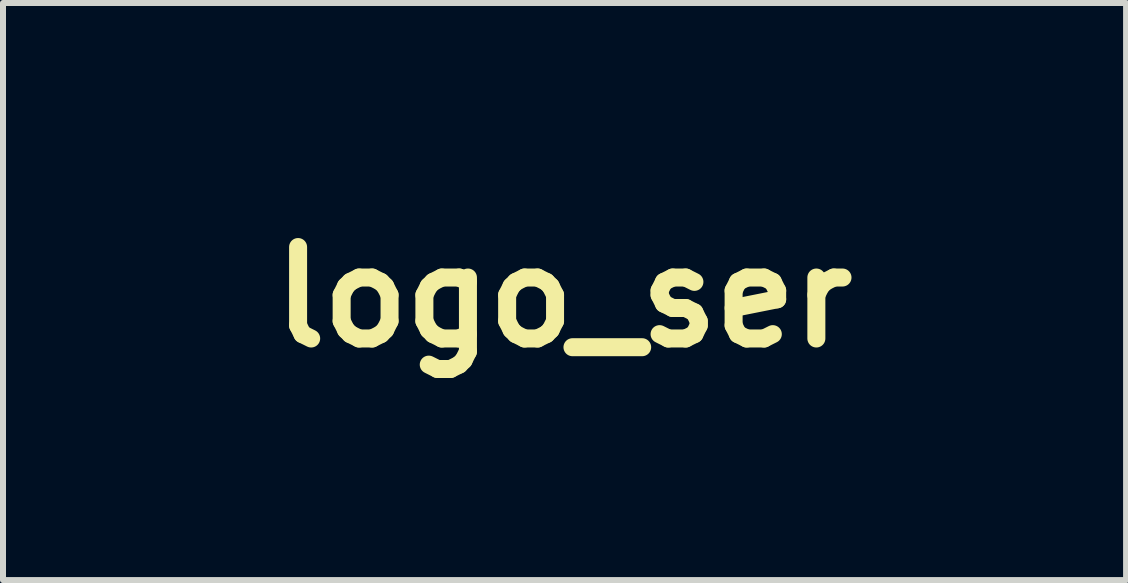
<source format=kicad_pcb>
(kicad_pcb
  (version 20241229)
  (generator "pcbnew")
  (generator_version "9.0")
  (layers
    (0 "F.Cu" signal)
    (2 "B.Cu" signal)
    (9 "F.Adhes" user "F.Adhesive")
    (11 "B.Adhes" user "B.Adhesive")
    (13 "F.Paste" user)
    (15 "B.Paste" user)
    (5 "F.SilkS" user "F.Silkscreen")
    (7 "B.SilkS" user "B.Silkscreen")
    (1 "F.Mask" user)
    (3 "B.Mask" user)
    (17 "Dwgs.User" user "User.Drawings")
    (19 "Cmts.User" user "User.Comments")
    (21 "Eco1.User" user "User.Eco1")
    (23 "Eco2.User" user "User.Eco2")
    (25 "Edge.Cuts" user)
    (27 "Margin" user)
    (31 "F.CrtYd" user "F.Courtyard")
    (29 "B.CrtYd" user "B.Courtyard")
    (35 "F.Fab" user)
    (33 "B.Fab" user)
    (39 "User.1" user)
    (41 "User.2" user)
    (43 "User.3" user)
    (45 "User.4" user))
  (footprint "logo_ser"
    (layer "F.Cu")
    (at 6.344 1.901)
    (property "Reference" "logo_ser" (at 0 0 0) (layer "F.SilkS") (effects (font (size 1.524 1.524) (thickness 0.3))))
    (attr through_hole)
    (fp_poly (pts (xy 2.048 1.422) (xy 1.879 1.422) (xy 1.879 0.939) (xy 2.048 0.939) (xy 2.048 1.422)) (stroke (width 0.01) (type solid)) (fill yes) (layer "F.Mask"))
    (fp_poly (pts (xy -1.523 -1.236) (xy -1.718 -1.236) (xy -1.718 -1.481) (xy -2.395 -1.481) (xy -2.395 -1.667) (xy -1.718 -1.667) (xy -1.718 -1.896) (xy -1.523 -1.896) (xy -1.523 -1.236)) (stroke (width 0.01) (type solid)) (fill yes) (layer "F.Mask"))
    (fp_poly (pts (xy 5.992 1.287) (xy 6.28 1.287) (xy 6.28 1.43) (xy 5.992 1.43) (xy 5.992 1.71) (xy 5.857 1.71) (xy 5.857 1.43) (xy 5.578 1.43) (xy 5.578 1.287) (xy 5.857 1.287) (xy 5.857 1.007) (xy 5.992 1.007) (xy 5.992 1.287)) (stroke (width 0.01) (type solid)) (fill yes) (layer "F.Mask"))
    (fp_poly (pts (xy 2.082 0.132) (xy 2.167 0.148) (xy 2.238 0.175) (xy 2.297 0.214) (xy 2.328 0.243) (xy 2.353 0.275) (xy 2.374 0.307) (xy 2.39 0.343) (xy 2.402 0.384) (xy 2.41 0.432) (xy 2.416 0.49) (xy 2.419 0.56) (xy 2.42 0.644) (xy 2.421 0.662) (xy 2.421 0.855) (xy 2.227 0.855) (xy 2.224 0.64) (xy 2.222 0.426) (xy 2.199 0.392) (xy 2.175 0.363) (xy 2.146 0.342) (xy 2.11 0.328) (xy 2.062 0.32) (xy 2.002 0.318) (xy 1.997 0.318) (xy 1.932 0.319) (xy 1.881 0.325) (xy 1.841 0.336) (xy 1.81 0.352) (xy 1.791 0.368) (xy 1.777 0.384) (xy 1.766 0.4) (xy 1.758 0.42) (xy 1.752 0.446) (xy 1.748 0.48) (xy 1.745 0.524) (xy 1.744 0.58) (xy 1.744 0.65) (xy 1.744 0.659) (xy 1.744 0.855) (xy 1.549 0.855) (xy 1.549 0.675) (xy 1.55 0.596) (xy 1.551 0.531) (xy 1.554 0.478) (xy 1.559 0.434) (xy 1.566 0.398) (xy 1.575 0.365) (xy 1.587 0.335) (xy 1.596 0.316) (xy 1.632 0.257) (xy 1.679 0.209) (xy 1.736 0.172) (xy 1.805 0.147) (xy 1.887 0.132) (xy 1.981 0.126) (xy 1.985 0.126) (xy 2.082 0.132)) (stroke (width 0.01) (type solid)) (fill yes) (layer "F.Mask"))
    (fp_poly (pts (xy 6.026 0.132) (xy 6.111 0.148) (xy 6.182 0.175) (xy 6.241 0.214) (xy 6.272 0.243) (xy 6.297 0.275) (xy 6.318 0.307) (xy 6.334 0.343) (xy 6.346 0.384) (xy 6.355 0.432) (xy 6.36 0.49) (xy 6.363 0.56) (xy 6.365 0.644) (xy 6.365 0.662) (xy 6.365 0.855) (xy 6.171 0.855) (xy 6.168 0.64) (xy 6.166 0.426) (xy 6.143 0.392) (xy 6.119 0.363) (xy 6.091 0.342) (xy 6.054 0.328) (xy 6.007 0.32) (xy 5.946 0.318) (xy 5.942 0.318) (xy 5.876 0.319) (xy 5.825 0.325) (xy 5.785 0.336) (xy 5.754 0.352) (xy 5.735 0.368) (xy 5.721 0.384) (xy 5.71 0.4) (xy 5.702 0.42) (xy 5.696 0.446) (xy 5.692 0.48) (xy 5.689 0.524) (xy 5.688 0.58) (xy 5.688 0.65) (xy 5.688 0.659) (xy 5.688 0.855) (xy 5.493 0.855) (xy 5.493 0.675) (xy 5.494 0.596) (xy 5.495 0.531) (xy 5.498 0.478) (xy 5.503 0.434) (xy 5.51 0.398) (xy 5.519 0.365) (xy 5.531 0.335) (xy 5.54 0.316) (xy 5.576 0.257) (xy 5.623 0.209) (xy 5.681 0.172) (xy 5.75 0.147) (xy 5.831 0.132) (xy 5.925 0.126) (xy 5.929 0.126) (xy 6.026 0.132)) (stroke (width 0.01) (type solid)) (fill yes) (layer "F.Mask"))
    (fp_poly (pts (xy -6.128 -1.844) (xy -6.063 -1.843) (xy -6.012 -1.842) (xy -5.974 -1.84) (xy -5.946 -1.839) (xy -5.926 -1.836) (xy -5.913 -1.833) (xy -5.903 -1.829) (xy -5.895 -1.824) (xy -5.894 -1.823) (xy -5.877 -1.81) (xy -5.864 -1.797) (xy -5.854 -1.781) (xy -5.846 -1.761) (xy -5.841 -1.735) (xy -5.837 -1.7) (xy -5.835 -1.654) (xy -5.833 -1.595) (xy -5.832 -1.535) (xy -5.83 -1.466) (xy -5.829 -1.412) (xy -5.826 -1.371) (xy -5.823 -1.341) (xy -5.818 -1.32) (xy -5.812 -1.306) (xy -5.802 -1.297) (xy -5.79 -1.292) (xy -5.774 -1.287) (xy -5.772 -1.286) (xy -5.738 -1.283) (xy -5.705 -1.291) (xy -5.68 -1.308) (xy -5.671 -1.319) (xy -5.668 -1.334) (xy -5.666 -1.365) (xy -5.664 -1.412) (xy -5.663 -1.475) (xy -5.662 -1.553) (xy -5.662 -1.591) (xy -5.662 -1.845) (xy -5.467 -1.845) (xy -5.472 -1.289) (xy -5.502 -1.231) (xy -5.538 -1.176) (xy -5.584 -1.134) (xy -5.638 -1.107) (xy -5.703 -1.094) (xy -5.759 -1.094) (xy -5.823 -1.105) (xy -5.882 -1.128) (xy -5.934 -1.162) (xy -5.974 -1.204) (xy -5.989 -1.229) (xy -6.001 -1.252) (xy -6.167 -1.155) (xy -6.215 -1.127) (xy -6.257 -1.102) (xy -6.293 -1.082) (xy -6.319 -1.067) (xy -6.334 -1.059) (xy -6.336 -1.058) (xy -6.338 -1.066) (xy -6.338 -1.088) (xy -6.339 -1.12) (xy -6.339 -1.159) (xy -6.339 -1.163) (xy -6.339 -1.268) (xy -6.017 -1.458) (xy -6.02 -1.556) (xy -6.022 -1.655) (xy -6.181 -1.657) (xy -6.339 -1.659) (xy -6.339 -1.846) (xy -6.128 -1.844)) (stroke (width 0.01) (type solid)) (fill yes) (layer "F.Mask"))
    (fp_poly (pts (xy -3.834 -1.866) (xy -3.75 -1.849) (xy -3.678 -1.822) (xy -3.619 -1.784) (xy -3.588 -1.754) (xy -3.564 -1.723) (xy -3.544 -1.692) (xy -3.528 -1.658) (xy -3.516 -1.62) (xy -3.507 -1.574) (xy -3.501 -1.518) (xy -3.498 -1.452) (xy -3.496 -1.372) (xy -3.496 -1.322) (xy -3.496 -1.117) (xy -3.689 -1.117) (xy -3.692 -1.344) (xy -3.694 -1.571) (xy -3.717 -1.606) (xy -3.741 -1.635) (xy -3.77 -1.656) (xy -3.806 -1.67) (xy -3.854 -1.677) (xy -3.915 -1.68) (xy -3.919 -1.68) (xy -3.984 -1.678) (xy -4.035 -1.672) (xy -4.075 -1.661) (xy -4.107 -1.645) (xy -4.125 -1.629) (xy -4.143 -1.609) (xy -4.156 -1.585) (xy -4.164 -1.555) (xy -4.17 -1.515) (xy -4.172 -1.464) (xy -4.173 -1.418) (xy -4.173 -1.302) (xy -4.148 -1.277) (xy -4.118 -1.258) (xy -4.084 -1.251) (xy -4.05 -1.257) (xy -4.024 -1.273) (xy -4.016 -1.282) (xy -4.01 -1.292) (xy -4.007 -1.306) (xy -4.005 -1.326) (xy -4.004 -1.356) (xy -4.003 -1.4) (xy -4.003 -1.413) (xy -4.003 -1.532) (xy -3.823 -1.532) (xy -3.827 -1.39) (xy -3.829 -1.337) (xy -3.831 -1.297) (xy -3.833 -1.268) (xy -3.837 -1.245) (xy -3.842 -1.227) (xy -3.849 -1.208) (xy -3.853 -1.2) (xy -3.884 -1.152) (xy -3.927 -1.115) (xy -3.983 -1.089) (xy -3.989 -1.088) (xy -4.037 -1.079) (xy -4.092 -1.076) (xy -4.146 -1.08) (xy -4.183 -1.087) (xy -4.238 -1.108) (xy -4.28 -1.137) (xy -4.315 -1.179) (xy -4.339 -1.223) (xy -4.349 -1.247) (xy -4.356 -1.271) (xy -4.361 -1.298) (xy -4.364 -1.333) (xy -4.366 -1.375) (xy -4.365 -1.48) (xy -4.355 -1.572) (xy -4.334 -1.65) (xy -4.303 -1.716) (xy -4.26 -1.77) (xy -4.206 -1.811) (xy -4.141 -1.842) (xy -4.063 -1.861) (xy -3.972 -1.87) (xy -3.931 -1.871) (xy -3.834 -1.866)) (stroke (width 0.01) (type solid)) (fill yes) (layer "F.Mask"))
    (fp_poly (pts (xy 4.054 -1.866) (xy 4.139 -1.849) (xy 4.21 -1.822) (xy 4.269 -1.784) (xy 4.3 -1.754) (xy 4.325 -1.723) (xy 4.345 -1.692) (xy 4.361 -1.658) (xy 4.373 -1.62) (xy 4.381 -1.574) (xy 4.387 -1.518) (xy 4.391 -1.452) (xy 4.392 -1.372) (xy 4.393 -1.322) (xy 4.393 -1.117) (xy 4.199 -1.117) (xy 4.196 -1.344) (xy 4.194 -1.571) (xy 4.171 -1.606) (xy 4.147 -1.635) (xy 4.118 -1.656) (xy 4.082 -1.67) (xy 4.035 -1.677) (xy 3.974 -1.68) (xy 3.97 -1.68) (xy 3.904 -1.678) (xy 3.853 -1.672) (xy 3.813 -1.661) (xy 3.782 -1.645) (xy 3.763 -1.629) (xy 3.745 -1.609) (xy 3.733 -1.585) (xy 3.724 -1.555) (xy 3.719 -1.515) (xy 3.716 -1.464) (xy 3.716 -1.418) (xy 3.716 -1.302) (xy 3.74 -1.277) (xy 3.77 -1.258) (xy 3.804 -1.251) (xy 3.838 -1.257) (xy 3.864 -1.273) (xy 3.872 -1.282) (xy 3.878 -1.292) (xy 3.882 -1.306) (xy 3.884 -1.326) (xy 3.885 -1.356) (xy 3.885 -1.4) (xy 3.885 -1.413) (xy 3.885 -1.532) (xy 4.065 -1.532) (xy 4.061 -1.39) (xy 4.06 -1.337) (xy 4.058 -1.297) (xy 4.055 -1.268) (xy 4.052 -1.245) (xy 4.046 -1.227) (xy 4.039 -1.208) (xy 4.035 -1.2) (xy 4.004 -1.152) (xy 3.961 -1.115) (xy 3.905 -1.089) (xy 3.899 -1.088) (xy 3.852 -1.079) (xy 3.797 -1.076) (xy 3.742 -1.08) (xy 3.706 -1.087) (xy 3.651 -1.108) (xy 3.608 -1.137) (xy 3.573 -1.179) (xy 3.55 -1.223) (xy 3.539 -1.247) (xy 3.532 -1.271) (xy 3.528 -1.298) (xy 3.525 -1.333) (xy 3.523 -1.375) (xy 3.523 -1.48) (xy 3.534 -1.572) (xy 3.554 -1.65) (xy 3.586 -1.716) (xy 3.628 -1.77) (xy 3.682 -1.811) (xy 3.748 -1.842) (xy 3.826 -1.861) (xy 3.916 -1.87) (xy 3.957 -1.871) (xy 4.054 -1.866)) (stroke (width 0.01) (type solid)) (fill yes) (layer "F.Mask"))
    (fp_poly (pts (xy -4.05 0.272) (xy -3.961 0.272) (xy -3.919 0.273) (xy -3.538 0.275) (xy -3.519 0.294) (xy -3.513 0.301) (xy -3.508 0.309) (xy -3.504 0.32) (xy -3.502 0.337) (xy -3.5 0.362) (xy -3.499 0.397) (xy -3.498 0.445) (xy -3.497 0.502) (xy -3.497 0.582) (xy -3.498 0.647) (xy -3.5 0.7) (xy -3.505 0.744) (xy -3.512 0.781) (xy -3.521 0.814) (xy -3.534 0.844) (xy -3.569 0.902) (xy -3.618 0.953) (xy -3.677 0.993) (xy -3.745 1.022) (xy -3.783 1.031) (xy -3.843 1.04) (xy -3.908 1.044) (xy -3.973 1.045) (xy -4.022 1.041) (xy -4.108 1.024) (xy -4.182 0.996) (xy -4.243 0.956) (xy -4.292 0.905) (xy -4.329 0.841) (xy -4.347 0.796) (xy -4.352 0.771) (xy -4.356 0.733) (xy -4.36 0.685) (xy -4.363 0.63) (xy -4.366 0.571) (xy -4.367 0.512) (xy -4.367 0.466) (xy -4.174 0.466) (xy -4.171 0.599) (xy -4.17 0.653) (xy -4.168 0.692) (xy -4.165 0.721) (xy -4.161 0.743) (xy -4.155 0.759) (xy -4.153 0.764) (xy -4.124 0.802) (xy -4.083 0.83) (xy -4.046 0.843) (xy -4.008 0.85) (xy -3.96 0.853) (xy -3.909 0.854) (xy -3.86 0.851) (xy -3.82 0.844) (xy -3.811 0.842) (xy -3.764 0.823) (xy -3.73 0.796) (xy -3.706 0.758) (xy -3.706 0.758) (xy -3.7 0.742) (xy -3.696 0.722) (xy -3.693 0.696) (xy -3.691 0.661) (xy -3.69 0.613) (xy -3.69 0.595) (xy -3.69 0.466) (xy -4.174 0.466) (xy -4.367 0.466) (xy -4.367 0.456) (xy -4.366 0.405) (xy -4.364 0.364) (xy -4.361 0.336) (xy -4.359 0.329) (xy -4.355 0.316) (xy -4.351 0.304) (xy -4.344 0.295) (xy -4.334 0.288) (xy -4.32 0.282) (xy -4.299 0.278) (xy -4.27 0.275) (xy -4.232 0.273) (xy -4.184 0.272) (xy -4.124 0.272) (xy -4.05 0.272)) (stroke (width 0.01) (type solid)) (fill yes) (layer "F.Mask"))
    (fp_poly (pts (xy 3.839 0.272) (xy 3.927 0.272) (xy 3.969 0.273) (xy 4.35 0.275) (xy 4.369 0.294) (xy 4.375 0.301) (xy 4.38 0.309) (xy 4.384 0.32) (xy 4.386 0.337) (xy 4.388 0.362) (xy 4.389 0.397) (xy 4.39 0.445) (xy 4.391 0.502) (xy 4.392 0.582) (xy 4.391 0.647) (xy 4.388 0.7) (xy 4.383 0.744) (xy 4.376 0.781) (xy 4.367 0.814) (xy 4.355 0.844) (xy 4.319 0.902) (xy 4.27 0.953) (xy 4.211 0.993) (xy 4.144 1.022) (xy 4.105 1.031) (xy 4.046 1.04) (xy 3.98 1.044) (xy 3.916 1.045) (xy 3.866 1.041) (xy 3.78 1.024) (xy 3.707 0.996) (xy 3.645 0.956) (xy 3.596 0.905) (xy 3.559 0.841) (xy 3.542 0.796) (xy 3.537 0.771) (xy 3.532 0.733) (xy 3.528 0.685) (xy 3.525 0.63) (xy 3.523 0.571) (xy 3.521 0.512) (xy 3.521 0.466) (xy 3.714 0.466) (xy 3.717 0.599) (xy 3.719 0.653) (xy 3.721 0.692) (xy 3.723 0.721) (xy 3.728 0.743) (xy 3.733 0.759) (xy 3.736 0.764) (xy 3.764 0.802) (xy 3.806 0.83) (xy 3.842 0.843) (xy 3.88 0.85) (xy 3.928 0.853) (xy 3.979 0.854) (xy 4.028 0.851) (xy 4.068 0.844) (xy 4.077 0.842) (xy 4.124 0.823) (xy 4.158 0.796) (xy 4.182 0.758) (xy 4.182 0.758) (xy 4.188 0.742) (xy 4.193 0.722) (xy 4.196 0.696) (xy 4.197 0.661) (xy 4.198 0.613) (xy 4.198 0.595) (xy 4.198 0.466) (xy 3.714 0.466) (xy 3.521 0.466) (xy 3.521 0.456) (xy 3.522 0.405) (xy 3.524 0.364) (xy 3.527 0.336) (xy 3.529 0.329) (xy 3.533 0.316) (xy 3.537 0.304) (xy 3.544 0.295) (xy 3.554 0.288) (xy 3.569 0.282) (xy 3.59 0.278) (xy 3.618 0.275) (xy 3.656 0.273) (xy 3.704 0.272) (xy 3.765 0.272) (xy 3.839 0.272)) (stroke (width 0.01) (type solid)) (fill yes) (layer "F.Mask"))
    (fp_poly (pts (xy 2.209 -0.801) (xy 2.264 -0.79) (xy 2.31 -0.768) (xy 2.338 -0.746) (xy 2.359 -0.726) (xy 2.376 -0.705) (xy 2.39 -0.681) (xy 2.4 -0.653) (xy 2.408 -0.619) (xy 2.414 -0.576) (xy 2.418 -0.524) (xy 2.42 -0.459) (xy 2.421 -0.38) (xy 2.421 -0.325) (xy 2.421 -0.084) (xy 2.23 -0.089) (xy 2.226 -0.337) (xy 2.222 -0.586) (xy 2.202 -0.602) (xy 2.173 -0.615) (xy 2.142 -0.616) (xy 2.114 -0.604) (xy 2.093 -0.582) (xy 2.092 -0.578) (xy 2.088 -0.562) (xy 2.085 -0.53) (xy 2.083 -0.488) (xy 2.082 -0.435) (xy 2.082 -0.424) (xy 2.081 -0.351) (xy 2.078 -0.291) (xy 2.072 -0.242) (xy 2.063 -0.202) (xy 2.051 -0.167) (xy 2.044 -0.152) (xy 2.017 -0.111) (xy 1.98 -0.076) (xy 1.941 -0.05) (xy 1.924 -0.043) (xy 1.889 -0.036) (xy 1.847 -0.031) (xy 1.802 -0.029) (xy 1.763 -0.031) (xy 1.741 -0.034) (xy 1.681 -0.057) (xy 1.631 -0.094) (xy 1.591 -0.141) (xy 1.569 -0.185) (xy 1.565 -0.198) (xy 1.562 -0.214) (xy 1.559 -0.234) (xy 1.557 -0.262) (xy 1.555 -0.298) (xy 1.554 -0.345) (xy 1.552 -0.404) (xy 1.551 -0.477) (xy 1.551 -0.51) (xy 1.548 -0.796) (xy 1.744 -0.796) (xy 1.744 -0.262) (xy 1.764 -0.241) (xy 1.79 -0.225) (xy 1.822 -0.219) (xy 1.852 -0.223) (xy 1.875 -0.239) (xy 1.877 -0.241) (xy 1.883 -0.25) (xy 1.887 -0.261) (xy 1.891 -0.279) (xy 1.893 -0.304) (xy 1.895 -0.339) (xy 1.897 -0.387) (xy 1.898 -0.429) (xy 1.901 -0.5) (xy 1.904 -0.556) (xy 1.909 -0.601) (xy 1.916 -0.636) (xy 1.926 -0.666) (xy 1.938 -0.691) (xy 1.954 -0.715) (xy 1.954 -0.716) (xy 1.977 -0.74) (xy 2.006 -0.763) (xy 2.025 -0.775) (xy 2.052 -0.788) (xy 2.078 -0.796) (xy 2.11 -0.8) (xy 2.143 -0.803) (xy 2.209 -0.801)) (stroke (width 0.01) (type solid)) (fill yes) (layer "F.Mask"))
    (fp_poly (pts (xy 6.153 -0.801) (xy 6.208 -0.79) (xy 6.254 -0.768) (xy 6.282 -0.746) (xy 6.303 -0.726) (xy 6.32 -0.705) (xy 6.334 -0.681) (xy 6.344 -0.653) (xy 6.352 -0.619) (xy 6.358 -0.576) (xy 6.362 -0.524) (xy 6.364 -0.459) (xy 6.365 -0.38) (xy 6.365 -0.325) (xy 6.365 -0.084) (xy 6.174 -0.089) (xy 6.17 -0.337) (xy 6.166 -0.586) (xy 6.146 -0.602) (xy 6.118 -0.615) (xy 6.087 -0.616) (xy 6.058 -0.604) (xy 6.038 -0.582) (xy 6.036 -0.578) (xy 6.032 -0.562) (xy 6.029 -0.53) (xy 6.027 -0.488) (xy 6.026 -0.435) (xy 6.026 -0.424) (xy 6.025 -0.351) (xy 6.022 -0.291) (xy 6.016 -0.242) (xy 6.007 -0.202) (xy 5.995 -0.167) (xy 5.988 -0.152) (xy 5.961 -0.111) (xy 5.925 -0.076) (xy 5.885 -0.05) (xy 5.868 -0.043) (xy 5.834 -0.036) (xy 5.791 -0.031) (xy 5.747 -0.029) (xy 5.707 -0.031) (xy 5.685 -0.034) (xy 5.626 -0.057) (xy 5.575 -0.094) (xy 5.535 -0.141) (xy 5.513 -0.185) (xy 5.509 -0.198) (xy 5.506 -0.214) (xy 5.503 -0.234) (xy 5.501 -0.262) (xy 5.499 -0.298) (xy 5.498 -0.345) (xy 5.496 -0.404) (xy 5.495 -0.477) (xy 5.495 -0.51) (xy 5.492 -0.796) (xy 5.688 -0.796) (xy 5.688 -0.262) (xy 5.708 -0.241) (xy 5.735 -0.225) (xy 5.766 -0.219) (xy 5.796 -0.223) (xy 5.82 -0.239) (xy 5.821 -0.241) (xy 5.827 -0.25) (xy 5.831 -0.261) (xy 5.835 -0.279) (xy 5.837 -0.304) (xy 5.839 -0.339) (xy 5.841 -0.387) (xy 5.842 -0.429) (xy 5.845 -0.5) (xy 5.848 -0.556) (xy 5.853 -0.601) (xy 5.86 -0.636) (xy 5.87 -0.666) (xy 5.882 -0.691) (xy 5.898 -0.715) (xy 5.899 -0.716) (xy 5.921 -0.74) (xy 5.951 -0.763) (xy 5.969 -0.775) (xy 5.996 -0.788) (xy 6.022 -0.796) (xy 6.054 -0.8) (xy 6.087 -0.803) (xy 6.153 -0.801)) (stroke (width 0.01) (type solid)) (fill yes) (layer "F.Mask"))
    (fp_poly (pts (xy -3.914 -0.88) (xy -3.838 -0.88) (xy -3.777 -0.879) (xy -3.727 -0.879) (xy -3.688 -0.877) (xy -3.658 -0.876) (xy -3.636 -0.874) (xy -3.62 -0.871) (xy -3.607 -0.868) (xy -3.605 -0.867) (xy -3.557 -0.842) (xy -3.521 -0.805) (xy -3.497 -0.757) (xy -3.485 -0.697) (xy -3.484 -0.669) (xy -3.489 -0.607) (xy -3.506 -0.558) (xy -3.534 -0.518) (xy -3.551 -0.502) (xy -3.567 -0.493) (xy -3.595 -0.477) (xy -3.635 -0.457) (xy -3.685 -0.433) (xy -3.743 -0.405) (xy -3.806 -0.376) (xy -3.873 -0.345) (xy -3.876 -0.343) (xy -3.942 -0.313) (xy -4.004 -0.285) (xy -4.058 -0.259) (xy -4.105 -0.237) (xy -4.142 -0.22) (xy -4.167 -0.208) (xy -4.179 -0.202) (xy -4.179 -0.201) (xy -4.187 -0.187) (xy -4.19 -0.172) (xy -4.19 -0.152) (xy -3.496 -0.152) (xy -3.496 0.042) (xy -3.853 0.042) (xy -3.945 0.041) (xy -4.021 0.041) (xy -4.083 0.04) (xy -4.133 0.039) (xy -4.173 0.038) (xy -4.203 0.036) (xy -4.226 0.034) (xy -4.242 0.031) (xy -4.251 0.029) (xy -4.293 0.009) (xy -4.329 -0.022) (xy -4.356 -0.06) (xy -4.365 -0.082) (xy -4.373 -0.12) (xy -4.375 -0.166) (xy -4.374 -0.213) (xy -4.368 -0.253) (xy -4.367 -0.257) (xy -4.352 -0.287) (xy -4.326 -0.32) (xy -4.318 -0.328) (xy -4.306 -0.339) (xy -4.291 -0.35) (xy -4.272 -0.362) (xy -4.247 -0.376) (xy -4.214 -0.393) (xy -4.173 -0.413) (xy -4.12 -0.438) (xy -4.055 -0.467) (xy -3.983 -0.5) (xy -3.916 -0.531) (xy -3.854 -0.559) (xy -3.798 -0.585) (xy -3.751 -0.608) (xy -3.713 -0.626) (xy -3.687 -0.64) (xy -3.675 -0.647) (xy -3.674 -0.648) (xy -3.666 -0.662) (xy -3.67 -0.675) (xy -3.674 -0.679) (xy -3.68 -0.682) (xy -3.69 -0.684) (xy -3.707 -0.686) (xy -3.731 -0.688) (xy -3.763 -0.689) (xy -3.807 -0.69) (xy -3.863 -0.691) (xy -3.932 -0.691) (xy -4.016 -0.692) (xy -4.023 -0.692) (xy -4.367 -0.694) (xy -4.367 -0.88) (xy -4.004 -0.88) (xy -3.914 -0.88)) (stroke (width 0.01) (type solid)) (fill yes) (layer "F.Mask"))
    (fp_poly (pts (xy 2.082 -1.866) (xy 2.167 -1.849) (xy 2.238 -1.822) (xy 2.297 -1.784) (xy 2.328 -1.754) (xy 2.361 -1.709) (xy 2.387 -1.659) (xy 2.405 -1.601) (xy 2.415 -1.533) (xy 2.42 -1.452) (xy 2.42 -1.422) (xy 2.418 -1.336) (xy 2.408 -1.264) (xy 2.393 -1.203) (xy 2.369 -1.152) (xy 2.337 -1.107) (xy 2.313 -1.082) (xy 2.266 -1.044) (xy 2.217 -1.016) (xy 2.162 -0.996) (xy 2.097 -0.984) (xy 2.02 -0.978) (xy 2.01 -0.977) (xy 1.966 -0.977) (xy 1.923 -0.977) (xy 1.887 -0.979) (xy 1.866 -0.982) (xy 1.784 -1.004) (xy 1.714 -1.037) (xy 1.657 -1.081) (xy 1.612 -1.137) (xy 1.579 -1.205) (xy 1.558 -1.285) (xy 1.558 -1.288) (xy 1.55 -1.359) (xy 1.548 -1.433) (xy 1.549 -1.452) (xy 1.744 -1.452) (xy 1.745 -1.405) (xy 1.746 -1.354) (xy 1.748 -1.318) (xy 1.751 -1.292) (xy 1.756 -1.273) (xy 1.762 -1.258) (xy 1.765 -1.254) (xy 1.789 -1.221) (xy 1.821 -1.197) (xy 1.861 -1.181) (xy 1.913 -1.172) (xy 1.979 -1.168) (xy 1.981 -1.168) (xy 2.021 -1.169) (xy 2.059 -1.171) (xy 2.088 -1.174) (xy 2.1 -1.177) (xy 2.149 -1.198) (xy 2.188 -1.231) (xy 2.207 -1.261) (xy 2.214 -1.277) (xy 2.22 -1.294) (xy 2.223 -1.314) (xy 2.225 -1.341) (xy 2.226 -1.379) (xy 2.226 -1.425) (xy 2.225 -1.488) (xy 2.221 -1.537) (xy 2.214 -1.574) (xy 2.203 -1.603) (xy 2.187 -1.624) (xy 2.167 -1.642) (xy 2.13 -1.66) (xy 2.082 -1.674) (xy 2.026 -1.682) (xy 1.968 -1.684) (xy 1.912 -1.68) (xy 1.862 -1.67) (xy 1.834 -1.66) (xy 1.803 -1.642) (xy 1.78 -1.62) (xy 1.763 -1.593) (xy 1.752 -1.557) (xy 1.746 -1.511) (xy 1.744 -1.452) (xy 1.549 -1.452) (xy 1.553 -1.507) (xy 1.562 -1.576) (xy 1.577 -1.636) (xy 1.59 -1.673) (xy 1.627 -1.734) (xy 1.672 -1.783) (xy 1.729 -1.821) (xy 1.797 -1.848) (xy 1.877 -1.865) (xy 1.971 -1.871) (xy 1.985 -1.871) (xy 2.082 -1.866)) (stroke (width 0.01) (type solid)) (fill yes) (layer "F.Mask"))
    (fp_poly (pts (xy 3.975 -0.88) (xy 4.05 -0.88) (xy 4.112 -0.879) (xy 4.161 -0.879) (xy 4.2 -0.877) (xy 4.23 -0.876) (xy 4.252 -0.874) (xy 4.269 -0.871) (xy 4.281 -0.868) (xy 4.284 -0.867) (xy 4.332 -0.842) (xy 4.368 -0.805) (xy 4.391 -0.757) (xy 4.403 -0.697) (xy 4.404 -0.669) (xy 4.399 -0.607) (xy 4.383 -0.558) (xy 4.355 -0.518) (xy 4.337 -0.502) (xy 4.322 -0.493) (xy 4.293 -0.477) (xy 4.253 -0.457) (xy 4.203 -0.433) (xy 4.146 -0.405) (xy 4.082 -0.376) (xy 4.015 -0.345) (xy 4.012 -0.343) (xy 3.946 -0.313) (xy 3.885 -0.285) (xy 3.83 -0.259) (xy 3.783 -0.237) (xy 3.746 -0.22) (xy 3.721 -0.208) (xy 3.71 -0.202) (xy 3.709 -0.201) (xy 3.701 -0.187) (xy 3.699 -0.172) (xy 3.699 -0.152) (xy 4.393 -0.152) (xy 4.393 0.042) (xy 4.035 0.042) (xy 3.944 0.041) (xy 3.867 0.041) (xy 3.805 0.04) (xy 3.755 0.039) (xy 3.715 0.038) (xy 3.685 0.036) (xy 3.663 0.034) (xy 3.646 0.031) (xy 3.637 0.029) (xy 3.595 0.009) (xy 3.559 -0.022) (xy 3.532 -0.06) (xy 3.523 -0.082) (xy 3.516 -0.12) (xy 3.513 -0.166) (xy 3.515 -0.213) (xy 3.521 -0.253) (xy 3.522 -0.257) (xy 3.536 -0.287) (xy 3.562 -0.32) (xy 3.57 -0.328) (xy 3.582 -0.339) (xy 3.597 -0.35) (xy 3.616 -0.362) (xy 3.641 -0.376) (xy 3.674 -0.393) (xy 3.716 -0.413) (xy 3.768 -0.438) (xy 3.833 -0.467) (xy 3.906 -0.5) (xy 3.972 -0.531) (xy 4.034 -0.559) (xy 4.09 -0.585) (xy 4.137 -0.608) (xy 4.175 -0.626) (xy 4.201 -0.64) (xy 4.214 -0.647) (xy 4.214 -0.648) (xy 4.223 -0.662) (xy 4.218 -0.675) (xy 4.215 -0.679) (xy 4.209 -0.682) (xy 4.198 -0.684) (xy 4.182 -0.686) (xy 4.158 -0.688) (xy 4.125 -0.689) (xy 4.081 -0.69) (xy 4.026 -0.691) (xy 3.956 -0.691) (xy 3.872 -0.692) (xy 3.865 -0.692) (xy 3.521 -0.694) (xy 3.521 -0.88) (xy 3.884 -0.88) (xy 3.975 -0.88)) (stroke (width 0.01) (type solid)) (fill yes) (layer "F.Mask"))
    (fp_poly (pts (xy 6.026 -1.866) (xy 6.111 -1.849) (xy 6.182 -1.822) (xy 6.241 -1.784) (xy 6.272 -1.754) (xy 6.306 -1.709) (xy 6.331 -1.659) (xy 6.349 -1.601) (xy 6.36 -1.533) (xy 6.364 -1.452) (xy 6.365 -1.422) (xy 6.362 -1.336) (xy 6.353 -1.264) (xy 6.337 -1.203) (xy 6.313 -1.152) (xy 6.281 -1.107) (xy 6.257 -1.082) (xy 6.211 -1.044) (xy 6.161 -1.016) (xy 6.106 -0.996) (xy 6.041 -0.984) (xy 5.964 -0.978) (xy 5.954 -0.977) (xy 5.91 -0.977) (xy 5.867 -0.977) (xy 5.831 -0.979) (xy 5.81 -0.982) (xy 5.728 -1.004) (xy 5.658 -1.037) (xy 5.601 -1.081) (xy 5.556 -1.137) (xy 5.523 -1.205) (xy 5.502 -1.285) (xy 5.502 -1.288) (xy 5.494 -1.359) (xy 5.493 -1.433) (xy 5.494 -1.452) (xy 5.688 -1.452) (xy 5.689 -1.405) (xy 5.691 -1.354) (xy 5.693 -1.318) (xy 5.696 -1.292) (xy 5.7 -1.273) (xy 5.706 -1.258) (xy 5.709 -1.254) (xy 5.734 -1.221) (xy 5.765 -1.197) (xy 5.806 -1.181) (xy 5.858 -1.172) (xy 5.923 -1.168) (xy 5.925 -1.168) (xy 5.965 -1.169) (xy 6.003 -1.171) (xy 6.033 -1.174) (xy 6.044 -1.177) (xy 6.093 -1.198) (xy 6.132 -1.231) (xy 6.151 -1.261) (xy 6.159 -1.277) (xy 6.164 -1.294) (xy 6.167 -1.314) (xy 6.169 -1.341) (xy 6.17 -1.379) (xy 6.17 -1.425) (xy 6.169 -1.488) (xy 6.165 -1.537) (xy 6.158 -1.574) (xy 6.147 -1.603) (xy 6.131 -1.624) (xy 6.111 -1.642) (xy 6.074 -1.66) (xy 6.026 -1.674) (xy 5.97 -1.682) (xy 5.912 -1.684) (xy 5.856 -1.68) (xy 5.806 -1.67) (xy 5.778 -1.66) (xy 5.747 -1.642) (xy 5.724 -1.62) (xy 5.707 -1.593) (xy 5.696 -1.557) (xy 5.69 -1.511) (xy 5.688 -1.452) (xy 5.494 -1.452) (xy 5.497 -1.507) (xy 5.506 -1.576) (xy 5.521 -1.636) (xy 5.535 -1.673) (xy 5.571 -1.734) (xy 5.617 -1.783) (xy 5.673 -1.821) (xy 5.741 -1.848) (xy 5.822 -1.865) (xy 5.915 -1.871) (xy 5.929 -1.871) (xy 6.026 -1.866)) (stroke (width 0.01) (type solid)) (fill yes) (layer "F.Mask"))
    (fp_poly (pts (xy -6.326 -0.99) (xy -6.325 -0.989) (xy -6.315 -0.98) (xy -6.294 -0.962) (xy -6.263 -0.936) (xy -6.225 -0.903) (xy -6.18 -0.865) (xy -6.13 -0.822) (xy -6.1 -0.796) (xy -6.049 -0.753) (xy -6.002 -0.714) (xy -5.96 -0.68) (xy -5.926 -0.652) (xy -5.9 -0.633) (xy -5.884 -0.622) (xy -5.88 -0.621) (xy -5.872 -0.627) (xy -5.853 -0.642) (xy -5.825 -0.665) (xy -5.789 -0.694) (xy -5.749 -0.728) (xy -5.705 -0.765) (xy -5.66 -0.803) (xy -5.616 -0.84) (xy -5.574 -0.876) (xy -5.536 -0.908) (xy -5.505 -0.934) (xy -5.482 -0.954) (xy -5.477 -0.959) (xy -5.473 -0.958) (xy -5.47 -0.949) (xy -5.468 -0.931) (xy -5.468 -0.901) (xy -5.468 -0.857) (xy -5.468 -0.849) (xy -5.468 -0.73) (xy -5.607 -0.614) (xy -5.648 -0.58) (xy -5.685 -0.549) (xy -5.716 -0.523) (xy -5.738 -0.503) (xy -5.75 -0.493) (xy -5.751 -0.491) (xy -5.746 -0.484) (xy -5.73 -0.467) (xy -5.705 -0.443) (xy -5.672 -0.413) (xy -5.633 -0.378) (xy -5.611 -0.359) (xy -5.468 -0.235) (xy -5.468 -0.116) (xy -5.468 -0.07) (xy -5.468 -0.038) (xy -5.47 -0.018) (xy -5.472 -0.008) (xy -5.476 -0.006) (xy -5.482 -0.009) (xy -5.482 -0.009) (xy -5.492 -0.018) (xy -5.513 -0.036) (xy -5.544 -0.062) (xy -5.582 -0.095) (xy -5.625 -0.132) (xy -5.673 -0.174) (xy -5.688 -0.187) (xy -5.736 -0.229) (xy -5.781 -0.267) (xy -5.82 -0.301) (xy -5.852 -0.328) (xy -5.875 -0.347) (xy -5.887 -0.357) (xy -5.889 -0.358) (xy -5.898 -0.355) (xy -5.919 -0.341) (xy -5.951 -0.317) (xy -5.994 -0.283) (xy -6.045 -0.241) (xy -6.105 -0.191) (xy -6.172 -0.134) (xy -6.247 -0.07) (xy -6.287 -0.036) (xy -6.339 0.011) (xy -6.339 -0.228) (xy -6.183 -0.357) (xy -6.14 -0.394) (xy -6.101 -0.427) (xy -6.069 -0.455) (xy -6.045 -0.476) (xy -6.032 -0.489) (xy -6.029 -0.493) (xy -6.036 -0.499) (xy -6.053 -0.516) (xy -6.08 -0.54) (xy -6.115 -0.57) (xy -6.155 -0.605) (xy -6.185 -0.631) (xy -6.339 -0.763) (xy -6.339 -0.882) (xy -6.339 -0.929) (xy -6.339 -0.961) (xy -6.337 -0.981) (xy -6.335 -0.991) (xy -6.331 -0.993) (xy -6.326 -0.99)) (stroke (width 0.01) (type solid)) (fill yes) (layer "F.Mask"))
    (fp_poly (pts (xy -2.381 -1.167) (xy -2.38 -1.166) (xy -2.371 -1.158) (xy -2.35 -1.14) (xy -2.319 -1.114) (xy -2.28 -1.081) (xy -2.236 -1.042) (xy -2.186 -1) (xy -2.156 -0.974) (xy -2.105 -0.931) (xy -2.058 -0.892) (xy -2.016 -0.858) (xy -1.981 -0.83) (xy -1.955 -0.81) (xy -1.94 -0.8) (xy -1.936 -0.798) (xy -1.928 -0.804) (xy -1.908 -0.82) (xy -1.88 -0.843) (xy -1.845 -0.872) (xy -1.805 -0.906) (xy -1.761 -0.942) (xy -1.716 -0.98) (xy -1.672 -1.018) (xy -1.63 -1.053) (xy -1.592 -1.085) (xy -1.561 -1.112) (xy -1.538 -1.132) (xy -1.532 -1.136) (xy -1.528 -1.135) (xy -1.526 -1.127) (xy -1.524 -1.109) (xy -1.524 -1.079) (xy -1.523 -1.035) (xy -1.523 -1.027) (xy -1.523 -0.908) (xy -1.663 -0.792) (xy -1.704 -0.758) (xy -1.741 -0.726) (xy -1.772 -0.7) (xy -1.794 -0.681) (xy -1.805 -0.671) (xy -1.807 -0.669) (xy -1.802 -0.662) (xy -1.786 -0.645) (xy -1.761 -0.621) (xy -1.728 -0.59) (xy -1.689 -0.556) (xy -1.667 -0.537) (xy -1.523 -0.412) (xy -1.523 -0.294) (xy -1.524 -0.247) (xy -1.524 -0.215) (xy -1.526 -0.196) (xy -1.528 -0.186) (xy -1.532 -0.184) (xy -1.538 -0.187) (xy -1.538 -0.187) (xy -1.548 -0.196) (xy -1.569 -0.214) (xy -1.6 -0.24) (xy -1.638 -0.272) (xy -1.681 -0.31) (xy -1.729 -0.352) (xy -1.744 -0.364) (xy -1.792 -0.406) (xy -1.837 -0.445) (xy -1.876 -0.478) (xy -1.908 -0.506) (xy -1.931 -0.525) (xy -1.943 -0.535) (xy -1.945 -0.536) (xy -1.954 -0.533) (xy -1.975 -0.518) (xy -2.007 -0.494) (xy -2.05 -0.461) (xy -2.101 -0.419) (xy -2.161 -0.369) (xy -2.228 -0.312) (xy -2.303 -0.248) (xy -2.342 -0.213) (xy -2.395 -0.167) (xy -2.395 -0.406) (xy -2.239 -0.535) (xy -2.196 -0.572) (xy -2.157 -0.604) (xy -2.125 -0.632) (xy -2.101 -0.654) (xy -2.087 -0.667) (xy -2.085 -0.67) (xy -2.091 -0.677) (xy -2.109 -0.693) (xy -2.136 -0.718) (xy -2.171 -0.748) (xy -2.211 -0.783) (xy -2.241 -0.808) (xy -2.395 -0.941) (xy -2.395 -1.06) (xy -2.395 -1.107) (xy -2.395 -1.139) (xy -2.393 -1.159) (xy -2.391 -1.169) (xy -2.387 -1.171) (xy -2.381 -1.167)) (stroke (width 0.01) (type solid)) (fill yes) (layer "F.Mask")))
  (gr_rect
    (start -3 -3)
    (end 15.714 6.616)
    (stroke (width 0.1) (type default))
    (fill no)
    (layer "Edge.Cuts")))
</source>
